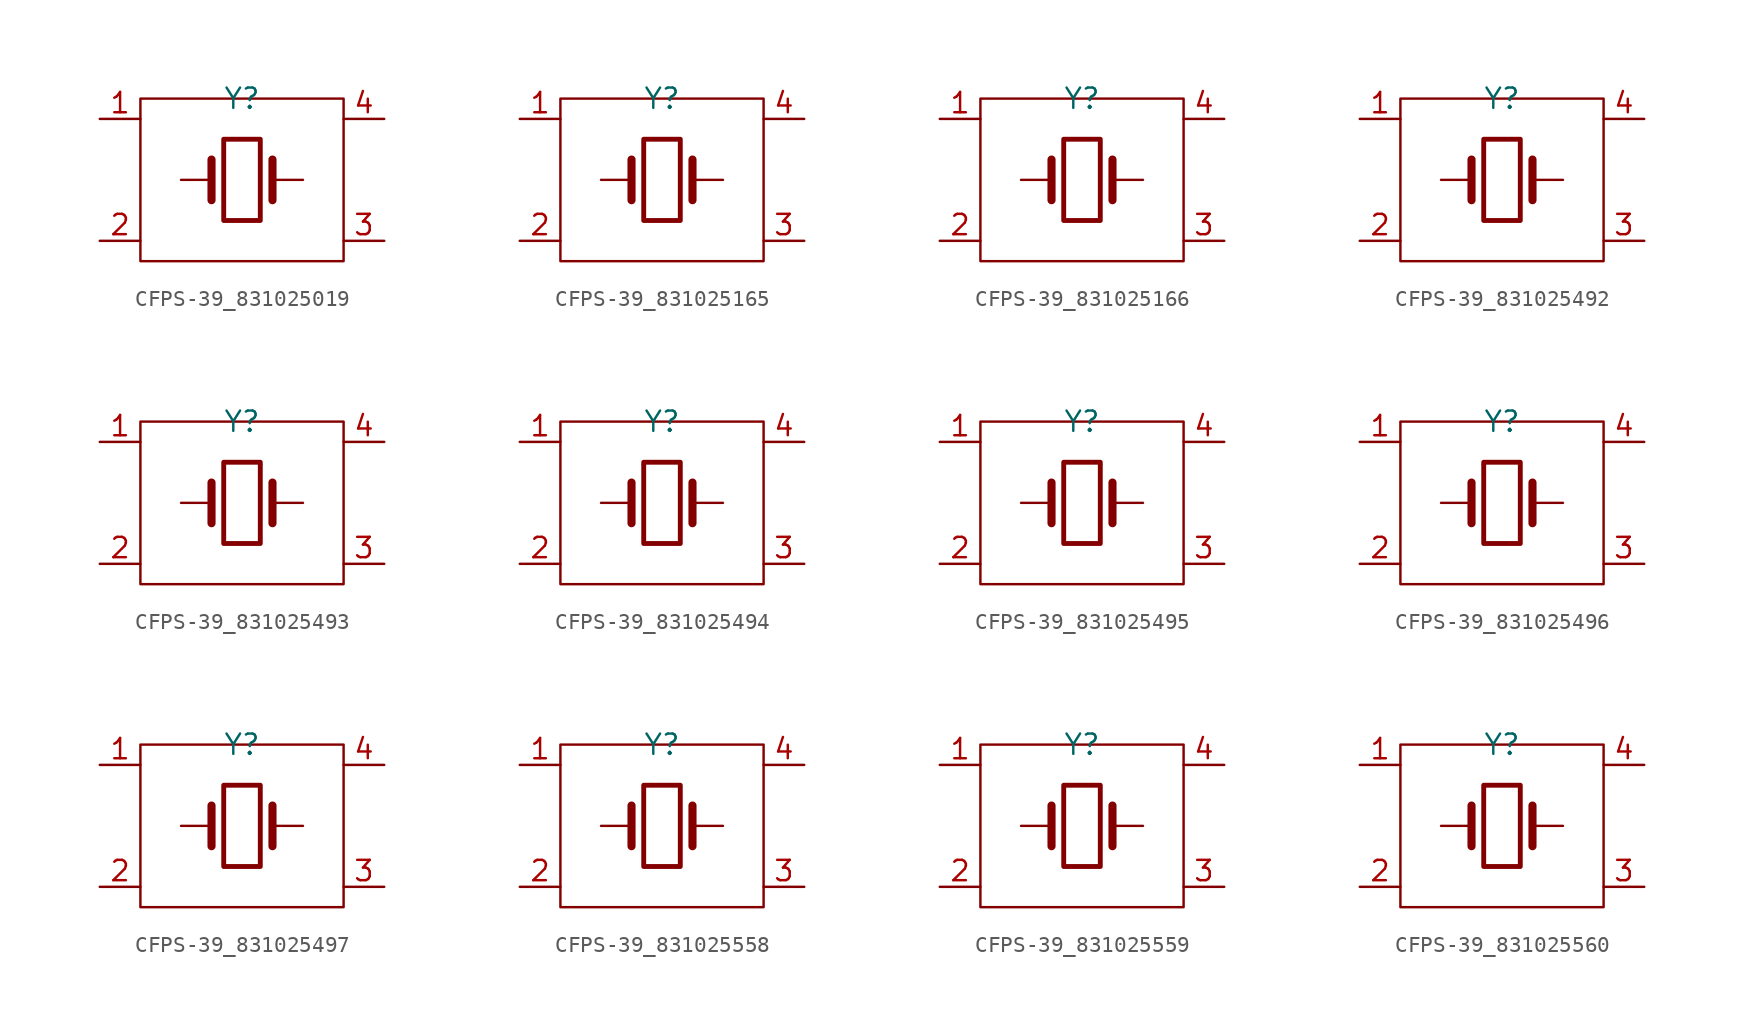
<source format=kicad_sym>
(kicad_symbol_lib
  (version 20220914)
  (generator kicad_symbol_editor)
  (symbol "CFPS-39_831025019"
    (pin_names hide)
    (property "Reference" "Y"
      (at 0 5.08 0)
      (effects (font (size 1.27 1.27))))
    (property "Critical Parameter" ""
      (at 0 -5.08 0)
      (effects (font (size 1.27 1.27)) (justify left)))
    (symbol "CFPS-39_831025019_0_1"
      (rectangle (start -6.35 5.08) (end 6.35 -5.08) (stroke (width 0) (type default)) (fill (type none)))
      (rectangle (start -1.143 2.54) (end 1.143 -2.54) (stroke (width 0.305) (type default)) (fill (type none)))
      (polyline (pts (xy -3.81 0) (xy -1.905 0)) (stroke (width 0) (type default)) (fill (type none)))
      (polyline (pts (xy -1.905 -1.27) (xy -1.905 1.27)) (stroke (width 0.508) (type default)) (fill (type none)))
      (polyline (pts (xy 1.905 -1.27) (xy 1.905 1.27)) (stroke (width 0.508) (type default)) (fill (type none)))
      (polyline (pts (xy 3.81 0) (xy 1.905 0)) (stroke (width 0) (type default)) (fill (type none))))
    (symbol "CFPS-39_831025019_1_1"
      (pin passive line (at -8.89 3.81 0) (length 2.54) (name "E/D" (effects (font (size 1.27 1.27)))) (number "1" (effects (font (size 1.27 1.27)))))
      (pin passive line (at -8.89 -3.81 0) (length 2.54) (name "GND" (effects (font (size 1.27 1.27)))) (number "2" (effects (font (size 1.27 1.27)))))
      (pin passive line (at 8.89 -3.81 180) (length 2.54) (name "OUT" (effects (font (size 1.27 1.27)))) (number "3" (effects (font (size 1.27 1.27)))))
      (pin passive line (at 8.89 3.81 180) (length 2.54) (name "+VS" (effects (font (size 1.27 1.27)))) (number "4" (effects (font (size 1.27 1.27)))))))
  (symbol "CFPS-39_831025165"
    (pin_names hide)
    (property "Reference" "Y"
      (at 0 5.08 0)
      (effects (font (size 1.27 1.27))))
    (property "Critical Parameter" ""
      (at 0 -5.08 0)
      (effects (font (size 1.27 1.27)) (justify left)))
    (symbol "CFPS-39_831025165_0_1"
      (rectangle (start -6.35 5.08) (end 6.35 -5.08) (stroke (width 0) (type default)) (fill (type none)))
      (rectangle (start -1.143 2.54) (end 1.143 -2.54) (stroke (width 0.305) (type default)) (fill (type none)))
      (polyline (pts (xy -3.81 0) (xy -1.905 0)) (stroke (width 0) (type default)) (fill (type none)))
      (polyline (pts (xy -1.905 -1.27) (xy -1.905 1.27)) (stroke (width 0.508) (type default)) (fill (type none)))
      (polyline (pts (xy 1.905 -1.27) (xy 1.905 1.27)) (stroke (width 0.508) (type default)) (fill (type none)))
      (polyline (pts (xy 3.81 0) (xy 1.905 0)) (stroke (width 0) (type default)) (fill (type none))))
    (symbol "CFPS-39_831025165_1_1"
      (pin passive line (at -8.89 3.81 0) (length 2.54) (name "E/D" (effects (font (size 1.27 1.27)))) (number "1" (effects (font (size 1.27 1.27)))))
      (pin passive line (at -8.89 -3.81 0) (length 2.54) (name "GND" (effects (font (size 1.27 1.27)))) (number "2" (effects (font (size 1.27 1.27)))))
      (pin passive line (at 8.89 -3.81 180) (length 2.54) (name "OUT" (effects (font (size 1.27 1.27)))) (number "3" (effects (font (size 1.27 1.27)))))
      (pin passive line (at 8.89 3.81 180) (length 2.54) (name "+VS" (effects (font (size 1.27 1.27)))) (number "4" (effects (font (size 1.27 1.27)))))))
  (symbol "CFPS-39_831025166"
    (pin_names hide)
    (property "Reference" "Y"
      (at 0 5.08 0)
      (effects (font (size 1.27 1.27))))
    (property "Critical Parameter" ""
      (at 0 -5.08 0)
      (effects (font (size 1.27 1.27)) (justify left)))
    (symbol "CFPS-39_831025166_0_1"
      (rectangle (start -6.35 5.08) (end 6.35 -5.08) (stroke (width 0) (type default)) (fill (type none)))
      (rectangle (start -1.143 2.54) (end 1.143 -2.54) (stroke (width 0.305) (type default)) (fill (type none)))
      (polyline (pts (xy -3.81 0) (xy -1.905 0)) (stroke (width 0) (type default)) (fill (type none)))
      (polyline (pts (xy -1.905 -1.27) (xy -1.905 1.27)) (stroke (width 0.508) (type default)) (fill (type none)))
      (polyline (pts (xy 1.905 -1.27) (xy 1.905 1.27)) (stroke (width 0.508) (type default)) (fill (type none)))
      (polyline (pts (xy 3.81 0) (xy 1.905 0)) (stroke (width 0) (type default)) (fill (type none))))
    (symbol "CFPS-39_831025166_1_1"
      (pin passive line (at -8.89 3.81 0) (length 2.54) (name "E/D" (effects (font (size 1.27 1.27)))) (number "1" (effects (font (size 1.27 1.27)))))
      (pin passive line (at -8.89 -3.81 0) (length 2.54) (name "GND" (effects (font (size 1.27 1.27)))) (number "2" (effects (font (size 1.27 1.27)))))
      (pin passive line (at 8.89 -3.81 180) (length 2.54) (name "OUT" (effects (font (size 1.27 1.27)))) (number "3" (effects (font (size 1.27 1.27)))))
      (pin passive line (at 8.89 3.81 180) (length 2.54) (name "+VS" (effects (font (size 1.27 1.27)))) (number "4" (effects (font (size 1.27 1.27)))))))
  (symbol "CFPS-39_831025492"
    (pin_names hide)
    (property "Reference" "Y"
      (at 0 5.08 0)
      (effects (font (size 1.27 1.27))))
    (property "Critical Parameter" ""
      (at 0 -5.08 0)
      (effects (font (size 1.27 1.27)) (justify left)))
    (symbol "CFPS-39_831025492_0_1"
      (rectangle (start -6.35 5.08) (end 6.35 -5.08) (stroke (width 0) (type default)) (fill (type none)))
      (rectangle (start -1.143 2.54) (end 1.143 -2.54) (stroke (width 0.305) (type default)) (fill (type none)))
      (polyline (pts (xy -3.81 0) (xy -1.905 0)) (stroke (width 0) (type default)) (fill (type none)))
      (polyline (pts (xy -1.905 -1.27) (xy -1.905 1.27)) (stroke (width 0.508) (type default)) (fill (type none)))
      (polyline (pts (xy 1.905 -1.27) (xy 1.905 1.27)) (stroke (width 0.508) (type default)) (fill (type none)))
      (polyline (pts (xy 3.81 0) (xy 1.905 0)) (stroke (width 0) (type default)) (fill (type none))))
    (symbol "CFPS-39_831025492_1_1"
      (pin passive line (at -8.89 3.81 0) (length 2.54) (name "E/D" (effects (font (size 1.27 1.27)))) (number "1" (effects (font (size 1.27 1.27)))))
      (pin passive line (at -8.89 -3.81 0) (length 2.54) (name "GND" (effects (font (size 1.27 1.27)))) (number "2" (effects (font (size 1.27 1.27)))))
      (pin passive line (at 8.89 -3.81 180) (length 2.54) (name "OUT" (effects (font (size 1.27 1.27)))) (number "3" (effects (font (size 1.27 1.27)))))
      (pin passive line (at 8.89 3.81 180) (length 2.54) (name "+VS" (effects (font (size 1.27 1.27)))) (number "4" (effects (font (size 1.27 1.27)))))))
  (symbol "CFPS-39_831025493"
    (pin_names hide)
    (property "Reference" "Y"
      (at 0 5.08 0)
      (effects (font (size 1.27 1.27))))
    (property "Critical Parameter" ""
      (at 0 -5.08 0)
      (effects (font (size 1.27 1.27)) (justify left)))
    (symbol "CFPS-39_831025493_0_1"
      (rectangle (start -6.35 5.08) (end 6.35 -5.08) (stroke (width 0) (type default)) (fill (type none)))
      (rectangle (start -1.143 2.54) (end 1.143 -2.54) (stroke (width 0.305) (type default)) (fill (type none)))
      (polyline (pts (xy -3.81 0) (xy -1.905 0)) (stroke (width 0) (type default)) (fill (type none)))
      (polyline (pts (xy -1.905 -1.27) (xy -1.905 1.27)) (stroke (width 0.508) (type default)) (fill (type none)))
      (polyline (pts (xy 1.905 -1.27) (xy 1.905 1.27)) (stroke (width 0.508) (type default)) (fill (type none)))
      (polyline (pts (xy 3.81 0) (xy 1.905 0)) (stroke (width 0) (type default)) (fill (type none))))
    (symbol "CFPS-39_831025493_1_1"
      (pin passive line (at -8.89 3.81 0) (length 2.54) (name "E/D" (effects (font (size 1.27 1.27)))) (number "1" (effects (font (size 1.27 1.27)))))
      (pin passive line (at -8.89 -3.81 0) (length 2.54) (name "GND" (effects (font (size 1.27 1.27)))) (number "2" (effects (font (size 1.27 1.27)))))
      (pin passive line (at 8.89 -3.81 180) (length 2.54) (name "OUT" (effects (font (size 1.27 1.27)))) (number "3" (effects (font (size 1.27 1.27)))))
      (pin passive line (at 8.89 3.81 180) (length 2.54) (name "+VS" (effects (font (size 1.27 1.27)))) (number "4" (effects (font (size 1.27 1.27)))))))
  (symbol "CFPS-39_831025494"
    (pin_names hide)
    (property "Reference" "Y"
      (at 0 5.08 0)
      (effects (font (size 1.27 1.27))))
    (property "Critical Parameter" ""
      (at 0 -5.08 0)
      (effects (font (size 1.27 1.27)) (justify left)))
    (symbol "CFPS-39_831025494_0_1"
      (rectangle (start -6.35 5.08) (end 6.35 -5.08) (stroke (width 0) (type default)) (fill (type none)))
      (rectangle (start -1.143 2.54) (end 1.143 -2.54) (stroke (width 0.305) (type default)) (fill (type none)))
      (polyline (pts (xy -3.81 0) (xy -1.905 0)) (stroke (width 0) (type default)) (fill (type none)))
      (polyline (pts (xy -1.905 -1.27) (xy -1.905 1.27)) (stroke (width 0.508) (type default)) (fill (type none)))
      (polyline (pts (xy 1.905 -1.27) (xy 1.905 1.27)) (stroke (width 0.508) (type default)) (fill (type none)))
      (polyline (pts (xy 3.81 0) (xy 1.905 0)) (stroke (width 0) (type default)) (fill (type none))))
    (symbol "CFPS-39_831025494_1_1"
      (pin passive line (at -8.89 3.81 0) (length 2.54) (name "E/D" (effects (font (size 1.27 1.27)))) (number "1" (effects (font (size 1.27 1.27)))))
      (pin passive line (at -8.89 -3.81 0) (length 2.54) (name "GND" (effects (font (size 1.27 1.27)))) (number "2" (effects (font (size 1.27 1.27)))))
      (pin passive line (at 8.89 -3.81 180) (length 2.54) (name "OUT" (effects (font (size 1.27 1.27)))) (number "3" (effects (font (size 1.27 1.27)))))
      (pin passive line (at 8.89 3.81 180) (length 2.54) (name "+VS" (effects (font (size 1.27 1.27)))) (number "4" (effects (font (size 1.27 1.27)))))))
  (symbol "CFPS-39_831025495"
    (pin_names hide)
    (property "Reference" "Y"
      (at 0 5.08 0)
      (effects (font (size 1.27 1.27))))
    (property "Critical Parameter" ""
      (at 0 -5.08 0)
      (effects (font (size 1.27 1.27)) (justify left)))
    (symbol "CFPS-39_831025495_0_1"
      (rectangle (start -6.35 5.08) (end 6.35 -5.08) (stroke (width 0) (type default)) (fill (type none)))
      (rectangle (start -1.143 2.54) (end 1.143 -2.54) (stroke (width 0.305) (type default)) (fill (type none)))
      (polyline (pts (xy -3.81 0) (xy -1.905 0)) (stroke (width 0) (type default)) (fill (type none)))
      (polyline (pts (xy -1.905 -1.27) (xy -1.905 1.27)) (stroke (width 0.508) (type default)) (fill (type none)))
      (polyline (pts (xy 1.905 -1.27) (xy 1.905 1.27)) (stroke (width 0.508) (type default)) (fill (type none)))
      (polyline (pts (xy 3.81 0) (xy 1.905 0)) (stroke (width 0) (type default)) (fill (type none))))
    (symbol "CFPS-39_831025495_1_1"
      (pin passive line (at -8.89 3.81 0) (length 2.54) (name "E/D" (effects (font (size 1.27 1.27)))) (number "1" (effects (font (size 1.27 1.27)))))
      (pin passive line (at -8.89 -3.81 0) (length 2.54) (name "GND" (effects (font (size 1.27 1.27)))) (number "2" (effects (font (size 1.27 1.27)))))
      (pin passive line (at 8.89 -3.81 180) (length 2.54) (name "OUT" (effects (font (size 1.27 1.27)))) (number "3" (effects (font (size 1.27 1.27)))))
      (pin passive line (at 8.89 3.81 180) (length 2.54) (name "+VS" (effects (font (size 1.27 1.27)))) (number "4" (effects (font (size 1.27 1.27)))))))
  (symbol "CFPS-39_831025496"
    (pin_names hide)
    (property "Reference" "Y"
      (at 0 5.08 0)
      (effects (font (size 1.27 1.27))))
    (property "Critical Parameter" ""
      (at 0 -5.08 0)
      (effects (font (size 1.27 1.27)) (justify left)))
    (symbol "CFPS-39_831025496_0_1"
      (rectangle (start -6.35 5.08) (end 6.35 -5.08) (stroke (width 0) (type default)) (fill (type none)))
      (rectangle (start -1.143 2.54) (end 1.143 -2.54) (stroke (width 0.305) (type default)) (fill (type none)))
      (polyline (pts (xy -3.81 0) (xy -1.905 0)) (stroke (width 0) (type default)) (fill (type none)))
      (polyline (pts (xy -1.905 -1.27) (xy -1.905 1.27)) (stroke (width 0.508) (type default)) (fill (type none)))
      (polyline (pts (xy 1.905 -1.27) (xy 1.905 1.27)) (stroke (width 0.508) (type default)) (fill (type none)))
      (polyline (pts (xy 3.81 0) (xy 1.905 0)) (stroke (width 0) (type default)) (fill (type none))))
    (symbol "CFPS-39_831025496_1_1"
      (pin passive line (at -8.89 3.81 0) (length 2.54) (name "E/D" (effects (font (size 1.27 1.27)))) (number "1" (effects (font (size 1.27 1.27)))))
      (pin passive line (at -8.89 -3.81 0) (length 2.54) (name "GND" (effects (font (size 1.27 1.27)))) (number "2" (effects (font (size 1.27 1.27)))))
      (pin passive line (at 8.89 -3.81 180) (length 2.54) (name "OUT" (effects (font (size 1.27 1.27)))) (number "3" (effects (font (size 1.27 1.27)))))
      (pin passive line (at 8.89 3.81 180) (length 2.54) (name "+VS" (effects (font (size 1.27 1.27)))) (number "4" (effects (font (size 1.27 1.27)))))))
  (symbol "CFPS-39_831025497"
    (pin_names hide)
    (property "Reference" "Y"
      (at 0 5.08 0)
      (effects (font (size 1.27 1.27))))
    (property "Critical Parameter" ""
      (at 0 -5.08 0)
      (effects (font (size 1.27 1.27)) (justify left)))
    (symbol "CFPS-39_831025497_0_1"
      (rectangle (start -6.35 5.08) (end 6.35 -5.08) (stroke (width 0) (type default)) (fill (type none)))
      (rectangle (start -1.143 2.54) (end 1.143 -2.54) (stroke (width 0.305) (type default)) (fill (type none)))
      (polyline (pts (xy -3.81 0) (xy -1.905 0)) (stroke (width 0) (type default)) (fill (type none)))
      (polyline (pts (xy -1.905 -1.27) (xy -1.905 1.27)) (stroke (width 0.508) (type default)) (fill (type none)))
      (polyline (pts (xy 1.905 -1.27) (xy 1.905 1.27)) (stroke (width 0.508) (type default)) (fill (type none)))
      (polyline (pts (xy 3.81 0) (xy 1.905 0)) (stroke (width 0) (type default)) (fill (type none))))
    (symbol "CFPS-39_831025497_1_1"
      (pin passive line (at -8.89 3.81 0) (length 2.54) (name "E/D" (effects (font (size 1.27 1.27)))) (number "1" (effects (font (size 1.27 1.27)))))
      (pin passive line (at -8.89 -3.81 0) (length 2.54) (name "GND" (effects (font (size 1.27 1.27)))) (number "2" (effects (font (size 1.27 1.27)))))
      (pin passive line (at 8.89 -3.81 180) (length 2.54) (name "OUT" (effects (font (size 1.27 1.27)))) (number "3" (effects (font (size 1.27 1.27)))))
      (pin passive line (at 8.89 3.81 180) (length 2.54) (name "+VS" (effects (font (size 1.27 1.27)))) (number "4" (effects (font (size 1.27 1.27)))))))
  (symbol "CFPS-39_831025558"
    (pin_names hide)
    (property "Reference" "Y"
      (at 0 5.08 0)
      (effects (font (size 1.27 1.27))))
    (property "Critical Parameter" ""
      (at 0 -5.08 0)
      (effects (font (size 1.27 1.27)) (justify left)))
    (symbol "CFPS-39_831025558_0_1"
      (rectangle (start -6.35 5.08) (end 6.35 -5.08) (stroke (width 0) (type default)) (fill (type none)))
      (rectangle (start -1.143 2.54) (end 1.143 -2.54) (stroke (width 0.305) (type default)) (fill (type none)))
      (polyline (pts (xy -3.81 0) (xy -1.905 0)) (stroke (width 0) (type default)) (fill (type none)))
      (polyline (pts (xy -1.905 -1.27) (xy -1.905 1.27)) (stroke (width 0.508) (type default)) (fill (type none)))
      (polyline (pts (xy 1.905 -1.27) (xy 1.905 1.27)) (stroke (width 0.508) (type default)) (fill (type none)))
      (polyline (pts (xy 3.81 0) (xy 1.905 0)) (stroke (width 0) (type default)) (fill (type none))))
    (symbol "CFPS-39_831025558_1_1"
      (pin passive line (at -8.89 3.81 0) (length 2.54) (name "E/D" (effects (font (size 1.27 1.27)))) (number "1" (effects (font (size 1.27 1.27)))))
      (pin passive line (at -8.89 -3.81 0) (length 2.54) (name "GND" (effects (font (size 1.27 1.27)))) (number "2" (effects (font (size 1.27 1.27)))))
      (pin passive line (at 8.89 -3.81 180) (length 2.54) (name "OUT" (effects (font (size 1.27 1.27)))) (number "3" (effects (font (size 1.27 1.27)))))
      (pin passive line (at 8.89 3.81 180) (length 2.54) (name "+VS" (effects (font (size 1.27 1.27)))) (number "4" (effects (font (size 1.27 1.27)))))))
  (symbol "CFPS-39_831025559"
    (pin_names hide)
    (property "Reference" "Y"
      (at 0 5.08 0)
      (effects (font (size 1.27 1.27))))
    (property "Critical Parameter" ""
      (at 0 -5.08 0)
      (effects (font (size 1.27 1.27)) (justify left)))
    (symbol "CFPS-39_831025559_0_1"
      (rectangle (start -6.35 5.08) (end 6.35 -5.08) (stroke (width 0) (type default)) (fill (type none)))
      (rectangle (start -1.143 2.54) (end 1.143 -2.54) (stroke (width 0.305) (type default)) (fill (type none)))
      (polyline (pts (xy -3.81 0) (xy -1.905 0)) (stroke (width 0) (type default)) (fill (type none)))
      (polyline (pts (xy -1.905 -1.27) (xy -1.905 1.27)) (stroke (width 0.508) (type default)) (fill (type none)))
      (polyline (pts (xy 1.905 -1.27) (xy 1.905 1.27)) (stroke (width 0.508) (type default)) (fill (type none)))
      (polyline (pts (xy 3.81 0) (xy 1.905 0)) (stroke (width 0) (type default)) (fill (type none))))
    (symbol "CFPS-39_831025559_1_1"
      (pin passive line (at -8.89 3.81 0) (length 2.54) (name "E/D" (effects (font (size 1.27 1.27)))) (number "1" (effects (font (size 1.27 1.27)))))
      (pin passive line (at -8.89 -3.81 0) (length 2.54) (name "GND" (effects (font (size 1.27 1.27)))) (number "2" (effects (font (size 1.27 1.27)))))
      (pin passive line (at 8.89 -3.81 180) (length 2.54) (name "OUT" (effects (font (size 1.27 1.27)))) (number "3" (effects (font (size 1.27 1.27)))))
      (pin passive line (at 8.89 3.81 180) (length 2.54) (name "+VS" (effects (font (size 1.27 1.27)))) (number "4" (effects (font (size 1.27 1.27)))))))
  (symbol "CFPS-39_831025560"
    (pin_names hide)
    (property "Reference" "Y"
      (at 0 5.08 0)
      (effects (font (size 1.27 1.27))))
    (property "Critical Parameter" ""
      (at 0 -5.08 0)
      (effects (font (size 1.27 1.27)) (justify left)))
    (symbol "CFPS-39_831025560_0_1"
      (rectangle (start -6.35 5.08) (end 6.35 -5.08) (stroke (width 0) (type default)) (fill (type none)))
      (rectangle (start -1.143 2.54) (end 1.143 -2.54) (stroke (width 0.305) (type default)) (fill (type none)))
      (polyline (pts (xy -3.81 0) (xy -1.905 0)) (stroke (width 0) (type default)) (fill (type none)))
      (polyline (pts (xy -1.905 -1.27) (xy -1.905 1.27)) (stroke (width 0.508) (type default)) (fill (type none)))
      (polyline (pts (xy 1.905 -1.27) (xy 1.905 1.27)) (stroke (width 0.508) (type default)) (fill (type none)))
      (polyline (pts (xy 3.81 0) (xy 1.905 0)) (stroke (width 0) (type default)) (fill (type none))))
    (symbol "CFPS-39_831025560_1_1"
      (pin passive line (at -8.89 3.81 0) (length 2.54) (name "E/D" (effects (font (size 1.27 1.27)))) (number "1" (effects (font (size 1.27 1.27)))))
      (pin passive line (at -8.89 -3.81 0) (length 2.54) (name "GND" (effects (font (size 1.27 1.27)))) (number "2" (effects (font (size 1.27 1.27)))))
      (pin passive line (at 8.89 -3.81 180) (length 2.54) (name "OUT" (effects (font (size 1.27 1.27)))) (number "3" (effects (font (size 1.27 1.27)))))
      (pin passive line (at 8.89 3.81 180) (length 2.54) (name "+VS" (effects (font (size 1.27 1.27)))) (number "4" (effects (font (size 1.27 1.27))))))))
</source>
